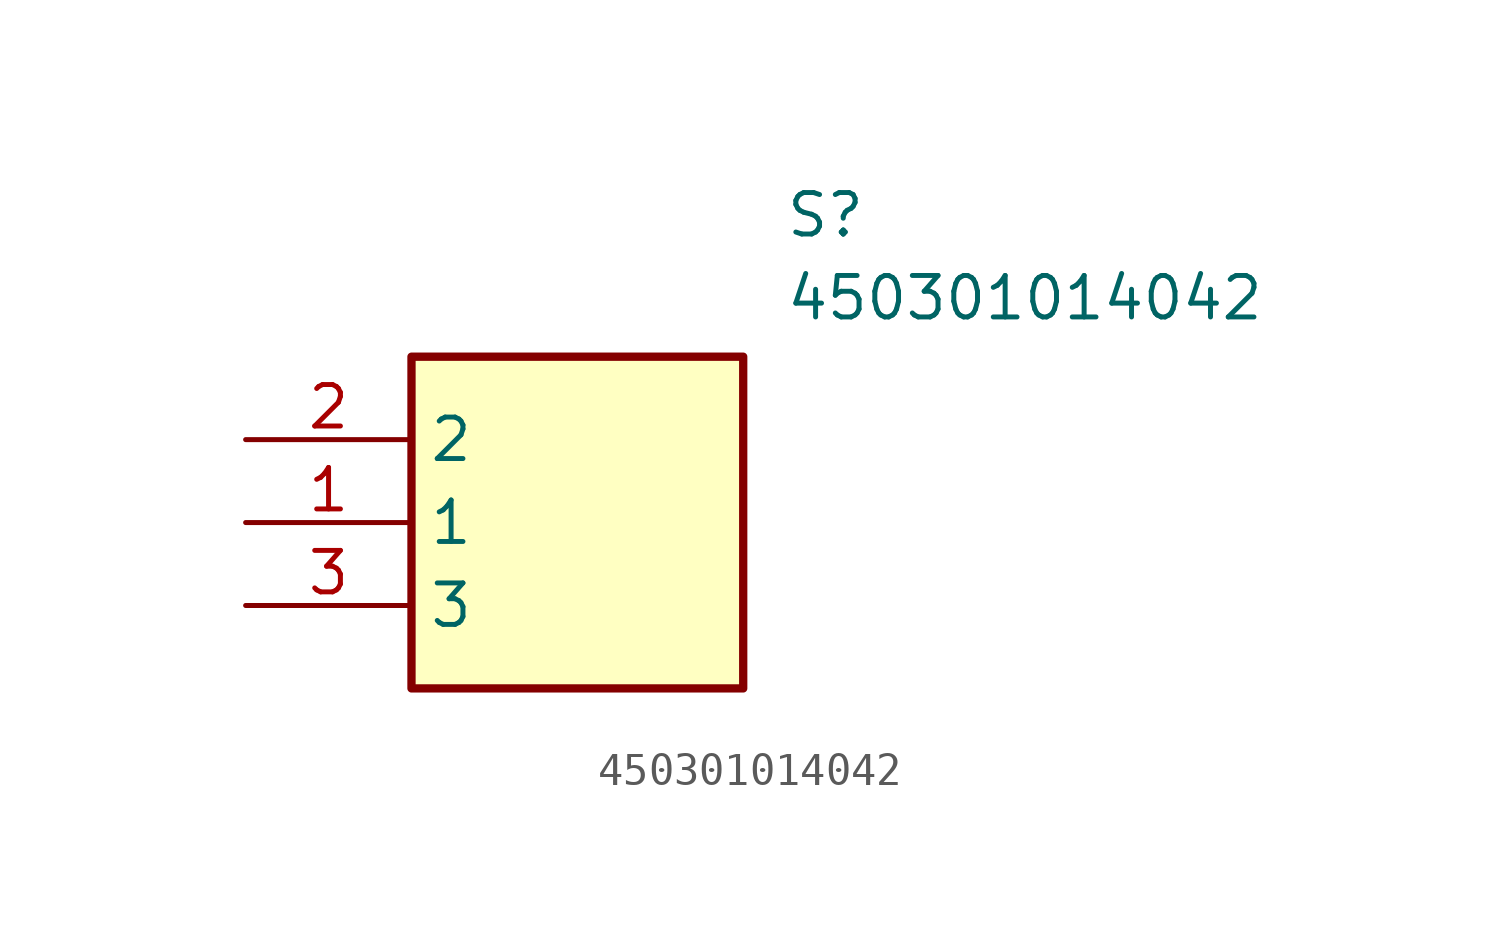
<source format=kicad_sym>
(kicad_symbol_lib
  (version 20241209)
  (generator "kicad_symbol_editor")
  (generator_version "9.0")
  (symbol "450301014042"
    (property "Reference" "S"
      (at 16.51 7.62 0)
      (effects (font (size 1.27 1.27)) (justify left top)))
    (property "Value" "450301014042"
      (at 16.51 5.08 0)
      (effects (font (size 1.27 1.27)) (justify left top)))
    (symbol "450301014042_1_1"
      (rectangle (start 5.08 2.54) (end 15.24 -7.62) (stroke (width 0.254) (type default)) (fill (type background)))
      (pin passive line (at 0 0 0) (length 5.08) (name "2" (effects (font (size 1.27 1.27)))) (number "2" (effects (font (size 1.27 1.27)))))
      (pin passive line (at 0 -2.54 0) (length 5.08) (name "1" (effects (font (size 1.27 1.27)))) (number "1" (effects (font (size 1.27 1.27)))))
      (pin passive line (at 0 -5.08 0) (length 5.08) (name "3" (effects (font (size 1.27 1.27)))) (number "3" (effects (font (size 1.27 1.27))))))))
</source>
